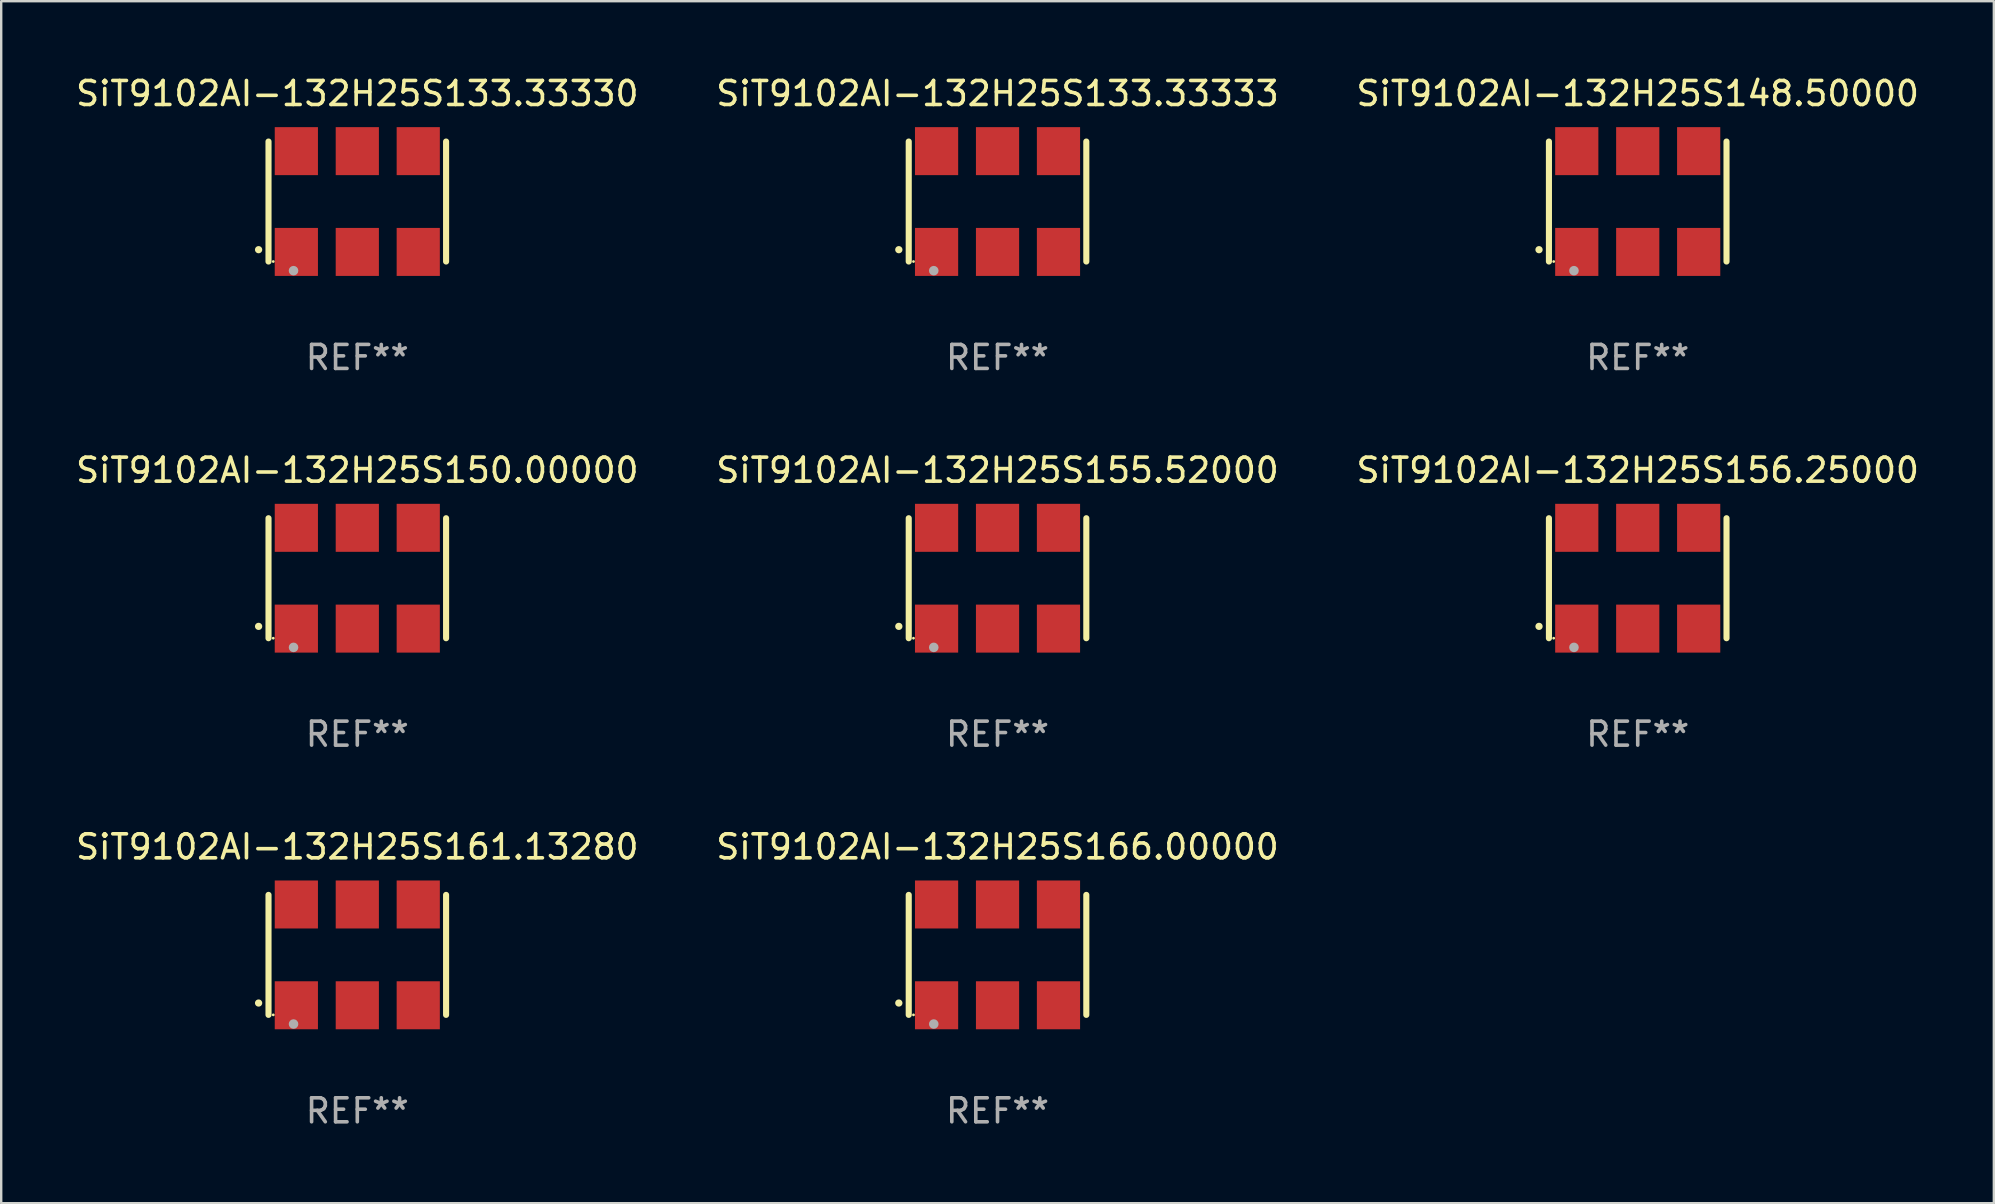
<source format=kicad_pcb>
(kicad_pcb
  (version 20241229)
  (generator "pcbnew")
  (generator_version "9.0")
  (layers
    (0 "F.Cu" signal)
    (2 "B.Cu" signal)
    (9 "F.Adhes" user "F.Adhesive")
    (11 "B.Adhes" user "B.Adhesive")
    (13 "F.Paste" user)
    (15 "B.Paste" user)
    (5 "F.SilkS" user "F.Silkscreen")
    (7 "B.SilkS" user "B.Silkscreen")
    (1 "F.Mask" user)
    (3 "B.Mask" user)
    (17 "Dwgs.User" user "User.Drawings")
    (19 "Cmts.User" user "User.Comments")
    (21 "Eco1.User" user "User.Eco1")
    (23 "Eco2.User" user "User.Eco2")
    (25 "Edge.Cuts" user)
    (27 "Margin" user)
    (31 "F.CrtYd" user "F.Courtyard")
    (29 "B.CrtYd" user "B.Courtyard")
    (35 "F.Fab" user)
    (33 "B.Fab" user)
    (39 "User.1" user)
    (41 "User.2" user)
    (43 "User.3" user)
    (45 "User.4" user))
  (footprint "SiT9102AI-132H25S150.00000"
    (layer "F.Cu")
    (at 11.839 21.045)
    (property "Reference" "SiT9102AI-132H25S150.00000" (at 0 -4.5 0) (layer "F.SilkS") (effects (font (size 1 1) (thickness 0.15))))
    (attr through_hole)
    (fp_line (start -3.7 -2.5) (end -3.7 2.5) (stroke (width 0.254) (type solid)) (layer "F.SilkS"))
    (fp_line (start 3.7 -2.5) (end 3.7 2.5) (stroke (width 0.254) (type solid)) (layer "F.SilkS"))
    (fp_arc (start -4.114415 2.006604) (mid -4.113145 2.006599) (end -4.111875 2.006604) (stroke (width 0.3) (type solid)) (layer "F.SilkS"))
    (fp_circle (center -3.502 2.5) (end -3.472 2.5) (stroke (width 0.06) (type solid)) (fill no) (layer "F.SilkS"))
    (fp_circle (center -2.657 2.882) (end -2.557 2.882) (stroke (width 0.2) (type solid)) (fill no) (layer "F.Fab"))
    (fp_text user "REF**" (at 0 6.5 0) (layer "F.Fab") (effects (font (size 1 1) (thickness 0.15))))
    (pad "1" smd rect (at -2.54 2.1) (size 1.8 2) (layers "F.Cu" "F.Mask" "F.Paste"))
    (pad "2" smd rect (at 0.000394 2.1) (size 1.8 2) (layers "F.Cu" "F.Mask" "F.Paste"))
    (pad "3" smd rect (at 2.54 2.1) (size 1.8 2) (layers "F.Cu" "F.Mask" "F.Paste"))
    (pad "4" smd rect (at 2.54 -2.1) (size 1.8 2) (layers "F.Cu" "F.Mask" "F.Paste"))
    (pad "5" smd rect (at 0.000394 -2.1) (size 1.8 2) (layers "F.Cu" "F.Mask" "F.Paste"))
    (pad "6" smd rect (at -2.54 -2.1) (size 1.8 2) (layers "F.Cu" "F.Mask" "F.Paste")))
  (footprint "SiT9102AI-132H25S155.52000"
    (layer "F.Cu")
    (at 38.518 21.045)
    (property "Reference" "SiT9102AI-132H25S155.52000" (at 0 -4.5 0) (layer "F.SilkS") (effects (font (size 1 1) (thickness 0.15))))
    (attr through_hole)
    (fp_line (start -3.7 -2.5) (end -3.7 2.5) (stroke (width 0.254) (type solid)) (layer "F.SilkS"))
    (fp_line (start 3.7 -2.5) (end 3.7 2.5) (stroke (width 0.254) (type solid)) (layer "F.SilkS"))
    (fp_arc (start -4.114415 2.006604) (mid -4.113145 2.006599) (end -4.111875 2.006604) (stroke (width 0.3) (type solid)) (layer "F.SilkS"))
    (fp_circle (center -3.502 2.5) (end -3.472 2.5) (stroke (width 0.06) (type solid)) (fill no) (layer "F.SilkS"))
    (fp_circle (center -2.657 2.882) (end -2.557 2.882) (stroke (width 0.2) (type solid)) (fill no) (layer "F.Fab"))
    (fp_text user "REF**" (at 0 6.5 0) (layer "F.Fab") (effects (font (size 1 1) (thickness 0.15))))
    (pad "1" smd rect (at -2.54 2.1) (size 1.8 2) (layers "F.Cu" "F.Mask" "F.Paste"))
    (pad "2" smd rect (at 0.000394 2.1) (size 1.8 2) (layers "F.Cu" "F.Mask" "F.Paste"))
    (pad "3" smd rect (at 2.54 2.1) (size 1.8 2) (layers "F.Cu" "F.Mask" "F.Paste"))
    (pad "4" smd rect (at 2.54 -2.1) (size 1.8 2) (layers "F.Cu" "F.Mask" "F.Paste"))
    (pad "5" smd rect (at 0.000394 -2.1) (size 1.8 2) (layers "F.Cu" "F.Mask" "F.Paste"))
    (pad "6" smd rect (at -2.54 -2.1) (size 1.8 2) (layers "F.Cu" "F.Mask" "F.Paste")))
  (footprint "SiT9102AI-132H25S161.13280"
    (layer "F.Cu")
    (at 11.839 36.741)
    (property "Reference" "SiT9102AI-132H25S161.13280" (at 0 -4.5 0) (layer "F.SilkS") (effects (font (size 1 1) (thickness 0.15))))
    (attr through_hole)
    (fp_line (start -3.7 -2.5) (end -3.7 2.5) (stroke (width 0.254) (type solid)) (layer "F.SilkS"))
    (fp_line (start 3.7 -2.5) (end 3.7 2.5) (stroke (width 0.254) (type solid)) (layer "F.SilkS"))
    (fp_arc (start -4.114415 2.006604) (mid -4.113145 2.006599) (end -4.111875 2.006604) (stroke (width 0.3) (type solid)) (layer "F.SilkS"))
    (fp_circle (center -3.502 2.5) (end -3.472 2.5) (stroke (width 0.06) (type solid)) (fill no) (layer "F.SilkS"))
    (fp_circle (center -2.657 2.882) (end -2.557 2.882) (stroke (width 0.2) (type solid)) (fill no) (layer "F.Fab"))
    (fp_text user "REF**" (at 0 6.5 0) (layer "F.Fab") (effects (font (size 1 1) (thickness 0.15))))
    (pad "1" smd rect (at -2.54 2.1) (size 1.8 2) (layers "F.Cu" "F.Mask" "F.Paste"))
    (pad "2" smd rect (at 0.000394 2.1) (size 1.8 2) (layers "F.Cu" "F.Mask" "F.Paste"))
    (pad "3" smd rect (at 2.54 2.1) (size 1.8 2) (layers "F.Cu" "F.Mask" "F.Paste"))
    (pad "4" smd rect (at 2.54 -2.1) (size 1.8 2) (layers "F.Cu" "F.Mask" "F.Paste"))
    (pad "5" smd rect (at 0.000394 -2.1) (size 1.8 2) (layers "F.Cu" "F.Mask" "F.Paste"))
    (pad "6" smd rect (at -2.54 -2.1) (size 1.8 2) (layers "F.Cu" "F.Mask" "F.Paste")))
  (footprint "SiT9102AI-132H25S166.00000"
    (layer "F.Cu")
    (at 38.518 36.741)
    (property "Reference" "SiT9102AI-132H25S166.00000" (at 0 -4.5 0) (layer "F.SilkS") (effects (font (size 1 1) (thickness 0.15))))
    (attr through_hole)
    (fp_line (start -3.7 -2.5) (end -3.7 2.5) (stroke (width 0.254) (type solid)) (layer "F.SilkS"))
    (fp_line (start 3.7 -2.5) (end 3.7 2.5) (stroke (width 0.254) (type solid)) (layer "F.SilkS"))
    (fp_arc (start -4.114415 2.006604) (mid -4.113145 2.006599) (end -4.111875 2.006604) (stroke (width 0.3) (type solid)) (layer "F.SilkS"))
    (fp_circle (center -3.502 2.5) (end -3.472 2.5) (stroke (width 0.06) (type solid)) (fill no) (layer "F.SilkS"))
    (fp_circle (center -2.657 2.882) (end -2.557 2.882) (stroke (width 0.2) (type solid)) (fill no) (layer "F.Fab"))
    (fp_text user "REF**" (at 0 6.5 0) (layer "F.Fab") (effects (font (size 1 1) (thickness 0.15))))
    (pad "1" smd rect (at -2.54 2.1) (size 1.8 2) (layers "F.Cu" "F.Mask" "F.Paste"))
    (pad "2" smd rect (at 0.000394 2.1) (size 1.8 2) (layers "F.Cu" "F.Mask" "F.Paste"))
    (pad "3" smd rect (at 2.54 2.1) (size 1.8 2) (layers "F.Cu" "F.Mask" "F.Paste"))
    (pad "4" smd rect (at 2.54 -2.1) (size 1.8 2) (layers "F.Cu" "F.Mask" "F.Paste"))
    (pad "5" smd rect (at 0.000394 -2.1) (size 1.8 2) (layers "F.Cu" "F.Mask" "F.Paste"))
    (pad "6" smd rect (at -2.54 -2.1) (size 1.8 2) (layers "F.Cu" "F.Mask" "F.Paste")))
  (footprint "SiT9102AI-132H25S148.50000"
    (layer "F.Cu")
    (at 65.196 5.348)
    (property "Reference" "SiT9102AI-132H25S148.50000" (at 0 -4.5 0) (layer "F.SilkS") (effects (font (size 1 1) (thickness 0.15))))
    (attr through_hole)
    (fp_line (start -3.7 -2.5) (end -3.7 2.5) (stroke (width 0.254) (type solid)) (layer "F.SilkS"))
    (fp_line (start 3.7 -2.5) (end 3.7 2.5) (stroke (width 0.254) (type solid)) (layer "F.SilkS"))
    (fp_arc (start -4.114415 2.006604) (mid -4.113145 2.006599) (end -4.111875 2.006604) (stroke (width 0.3) (type solid)) (layer "F.SilkS"))
    (fp_circle (center -3.502 2.5) (end -3.472 2.5) (stroke (width 0.06) (type solid)) (fill no) (layer "F.SilkS"))
    (fp_circle (center -2.657 2.882) (end -2.557 2.882) (stroke (width 0.2) (type solid)) (fill no) (layer "F.Fab"))
    (fp_text user "REF**" (at 0 6.5 0) (layer "F.Fab") (effects (font (size 1 1) (thickness 0.15))))
    (pad "1" smd rect (at -2.54 2.1) (size 1.8 2) (layers "F.Cu" "F.Mask" "F.Paste"))
    (pad "2" smd rect (at 0.000394 2.1) (size 1.8 2) (layers "F.Cu" "F.Mask" "F.Paste"))
    (pad "3" smd rect (at 2.54 2.1) (size 1.8 2) (layers "F.Cu" "F.Mask" "F.Paste"))
    (pad "4" smd rect (at 2.54 -2.1) (size 1.8 2) (layers "F.Cu" "F.Mask" "F.Paste"))
    (pad "5" smd rect (at 0.000394 -2.1) (size 1.8 2) (layers "F.Cu" "F.Mask" "F.Paste"))
    (pad "6" smd rect (at -2.54 -2.1) (size 1.8 2) (layers "F.Cu" "F.Mask" "F.Paste")))
  (footprint "SiT9102AI-132H25S156.25000"
    (layer "F.Cu")
    (at 65.196 21.045)
    (property "Reference" "SiT9102AI-132H25S156.25000" (at 0 -4.5 0) (layer "F.SilkS") (effects (font (size 1 1) (thickness 0.15))))
    (attr through_hole)
    (fp_line (start -3.7 -2.5) (end -3.7 2.5) (stroke (width 0.254) (type solid)) (layer "F.SilkS"))
    (fp_line (start 3.7 -2.5) (end 3.7 2.5) (stroke (width 0.254) (type solid)) (layer "F.SilkS"))
    (fp_arc (start -4.114415 2.006604) (mid -4.113145 2.006599) (end -4.111875 2.006604) (stroke (width 0.3) (type solid)) (layer "F.SilkS"))
    (fp_circle (center -3.502 2.5) (end -3.472 2.5) (stroke (width 0.06) (type solid)) (fill no) (layer "F.SilkS"))
    (fp_circle (center -2.657 2.882) (end -2.557 2.882) (stroke (width 0.2) (type solid)) (fill no) (layer "F.Fab"))
    (fp_text user "REF**" (at 0 6.5 0) (layer "F.Fab") (effects (font (size 1 1) (thickness 0.15))))
    (pad "1" smd rect (at -2.54 2.1) (size 1.8 2) (layers "F.Cu" "F.Mask" "F.Paste"))
    (pad "2" smd rect (at 0.000394 2.1) (size 1.8 2) (layers "F.Cu" "F.Mask" "F.Paste"))
    (pad "3" smd rect (at 2.54 2.1) (size 1.8 2) (layers "F.Cu" "F.Mask" "F.Paste"))
    (pad "4" smd rect (at 2.54 -2.1) (size 1.8 2) (layers "F.Cu" "F.Mask" "F.Paste"))
    (pad "5" smd rect (at 0.000394 -2.1) (size 1.8 2) (layers "F.Cu" "F.Mask" "F.Paste"))
    (pad "6" smd rect (at -2.54 -2.1) (size 1.8 2) (layers "F.Cu" "F.Mask" "F.Paste")))
  (footprint "SiT9102AI-132H25S133.33330"
    (layer "F.Cu")
    (at 11.839 5.348)
    (property "Reference" "SiT9102AI-132H25S133.33330" (at 0 -4.5 0) (layer "F.SilkS") (effects (font (size 1 1) (thickness 0.15))))
    (attr through_hole)
    (fp_line (start -3.7 -2.5) (end -3.7 2.5) (stroke (width 0.254) (type solid)) (layer "F.SilkS"))
    (fp_line (start 3.7 -2.5) (end 3.7 2.5) (stroke (width 0.254) (type solid)) (layer "F.SilkS"))
    (fp_arc (start -4.114415 2.006604) (mid -4.113145 2.006599) (end -4.111875 2.006604) (stroke (width 0.3) (type solid)) (layer "F.SilkS"))
    (fp_circle (center -3.502 2.5) (end -3.472 2.5) (stroke (width 0.06) (type solid)) (fill no) (layer "F.SilkS"))
    (fp_circle (center -2.657 2.882) (end -2.557 2.882) (stroke (width 0.2) (type solid)) (fill no) (layer "F.Fab"))
    (fp_text user "REF**" (at 0 6.5 0) (layer "F.Fab") (effects (font (size 1 1) (thickness 0.15))))
    (pad "1" smd rect (at -2.54 2.1) (size 1.8 2) (layers "F.Cu" "F.Mask" "F.Paste"))
    (pad "2" smd rect (at 0.000394 2.1) (size 1.8 2) (layers "F.Cu" "F.Mask" "F.Paste"))
    (pad "3" smd rect (at 2.54 2.1) (size 1.8 2) (layers "F.Cu" "F.Mask" "F.Paste"))
    (pad "4" smd rect (at 2.54 -2.1) (size 1.8 2) (layers "F.Cu" "F.Mask" "F.Paste"))
    (pad "5" smd rect (at 0.000394 -2.1) (size 1.8 2) (layers "F.Cu" "F.Mask" "F.Paste"))
    (pad "6" smd rect (at -2.54 -2.1) (size 1.8 2) (layers "F.Cu" "F.Mask" "F.Paste")))
  (footprint "SiT9102AI-132H25S133.33333"
    (layer "F.Cu")
    (at 38.518 5.348)
    (property "Reference" "SiT9102AI-132H25S133.33333" (at 0 -4.5 0) (layer "F.SilkS") (effects (font (size 1 1) (thickness 0.15))))
    (attr through_hole)
    (fp_line (start -3.7 -2.5) (end -3.7 2.5) (stroke (width 0.254) (type solid)) (layer "F.SilkS"))
    (fp_line (start 3.7 -2.5) (end 3.7 2.5) (stroke (width 0.254) (type solid)) (layer "F.SilkS"))
    (fp_arc (start -4.114415 2.006604) (mid -4.113145 2.006599) (end -4.111875 2.006604) (stroke (width 0.3) (type solid)) (layer "F.SilkS"))
    (fp_circle (center -3.502 2.5) (end -3.472 2.5) (stroke (width 0.06) (type solid)) (fill no) (layer "F.SilkS"))
    (fp_circle (center -2.657 2.882) (end -2.557 2.882) (stroke (width 0.2) (type solid)) (fill no) (layer "F.Fab"))
    (fp_text user "REF**" (at 0 6.5 0) (layer "F.Fab") (effects (font (size 1 1) (thickness 0.15))))
    (pad "1" smd rect (at -2.54 2.1) (size 1.8 2) (layers "F.Cu" "F.Mask" "F.Paste"))
    (pad "2" smd rect (at 0.000394 2.1) (size 1.8 2) (layers "F.Cu" "F.Mask" "F.Paste"))
    (pad "3" smd rect (at 2.54 2.1) (size 1.8 2) (layers "F.Cu" "F.Mask" "F.Paste"))
    (pad "4" smd rect (at 2.54 -2.1) (size 1.8 2) (layers "F.Cu" "F.Mask" "F.Paste"))
    (pad "5" smd rect (at 0.000394 -2.1) (size 1.8 2) (layers "F.Cu" "F.Mask" "F.Paste"))
    (pad "6" smd rect (at -2.54 -2.1) (size 1.8 2) (layers "F.Cu" "F.Mask" "F.Paste")))
  (gr_rect
    (start -3 -3)
    (end 80.036 47.09)
    (stroke (width 0.1) (type default))
    (fill no)
    (layer "Edge.Cuts")))
</source>
